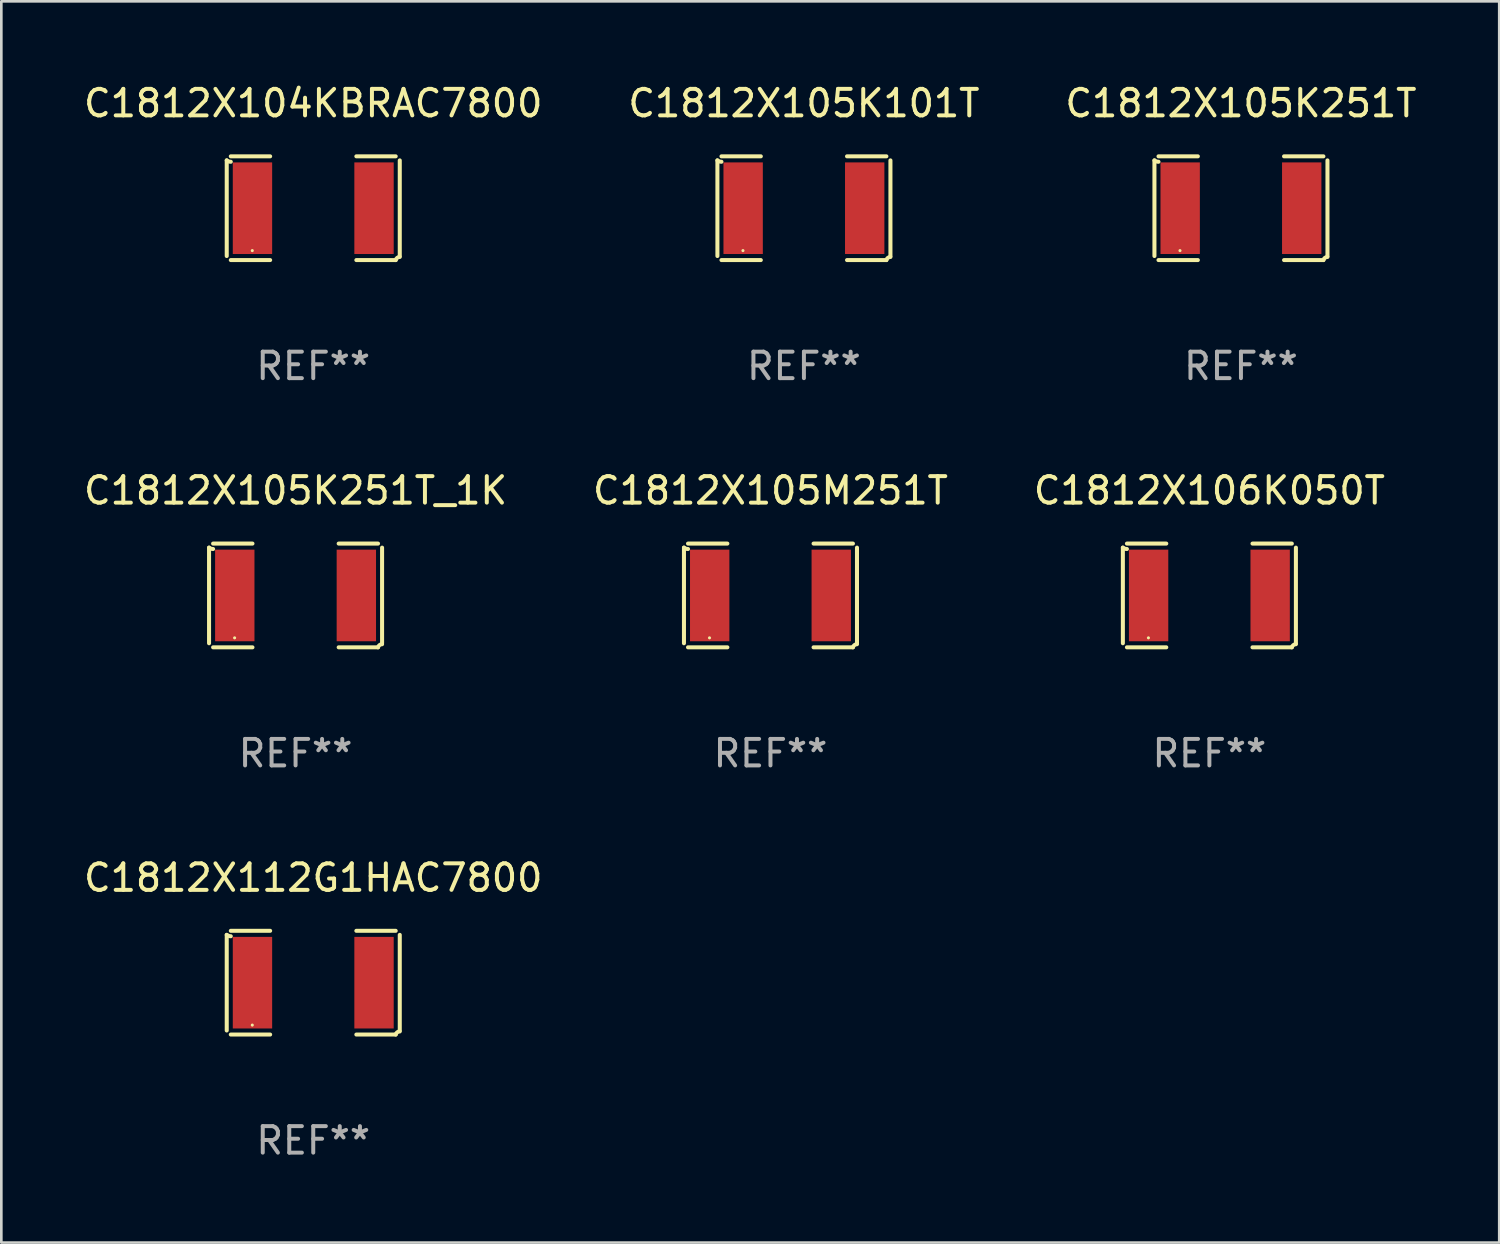
<source format=kicad_pcb>
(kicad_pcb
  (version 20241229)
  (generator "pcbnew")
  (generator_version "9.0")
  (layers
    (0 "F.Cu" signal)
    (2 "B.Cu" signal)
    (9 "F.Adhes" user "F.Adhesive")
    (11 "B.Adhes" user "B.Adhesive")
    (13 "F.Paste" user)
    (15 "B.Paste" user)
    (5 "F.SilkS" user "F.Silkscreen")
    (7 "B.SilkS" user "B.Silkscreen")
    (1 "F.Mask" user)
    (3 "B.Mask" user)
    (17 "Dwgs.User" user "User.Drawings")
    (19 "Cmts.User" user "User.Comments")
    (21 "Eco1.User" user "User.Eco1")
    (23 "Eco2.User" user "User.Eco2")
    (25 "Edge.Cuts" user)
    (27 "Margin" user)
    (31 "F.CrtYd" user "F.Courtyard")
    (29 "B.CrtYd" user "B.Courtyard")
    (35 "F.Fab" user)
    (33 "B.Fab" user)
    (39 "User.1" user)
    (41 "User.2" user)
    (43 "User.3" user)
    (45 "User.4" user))
  (footprint "C1812X112G1HAC7800"
    (layer "F.Cu")
    (at 8.768 34.024)
    (property "Reference" "C1812X112G1HAC7800" (at 0 -3.957 0) (layer "F.SilkS") (effects (font (size 1 1) (thickness 0.15))))
    (attr through_hole)
    (fp_line (start -3.264 1.804) (end -3.264 -1.804) (stroke (width 0.152) (type solid)) (layer "F.SilkS"))
    (fp_line (start -3.111 -1.957) (end -1.626 -1.957) (stroke (width 0.152) (type solid)) (layer "F.SilkS"))
    (fp_line (start -1.626 1.957) (end -3.111 1.957) (stroke (width 0.152) (type solid)) (layer "F.SilkS"))
    (fp_line (start 1.626 1.957) (end 3.111 1.957) (stroke (width 0.152) (type solid)) (layer "F.SilkS"))
    (fp_line (start 3.111 -1.957) (end 1.626 -1.957) (stroke (width 0.152) (type solid)) (layer "F.SilkS"))
    (fp_line (start 3.264 1.804) (end 3.264 -1.804) (stroke (width 0.152) (type solid)) (layer "F.SilkS"))
    (fp_arc (start -3.111202 -1.752192) (mid -3.191715 -1.76555) (end -3.263602 -1.804191) (stroke (width 0.1524) (type solid)) (layer "F.SilkS"))
    (fp_arc (start 3.111201 1.956591) (mid 3.167789 1.872777) (end 3.263602 1.840424) (stroke (width 0.1524) (type solid)) (layer "F.SilkS"))
    (fp_circle (center -2.3 1.6) (end -2.27 1.6) (stroke (width 0.06) (type solid)) (fill no) (layer "F.SilkS"))
    (fp_text user "REF**" (at 0 5.957 0) (layer "F.Fab") (effects (font (size 1 1) (thickness 0.15))))
    (pad "1" smd rect (at -2.293 0) (size 1.485 3.456) (layers "F.Cu" "F.Mask" "F.Paste"))
    (pad "2" smd rect (at 2.293 0) (size 1.485 3.456) (layers "F.Cu" "F.Mask" "F.Paste")))
  (footprint "C1812X104KBRAC7800"
    (layer "F.Cu")
    (at 8.768 4.805)
    (property "Reference" "C1812X104KBRAC7800" (at 0 -3.957 0) (layer "F.SilkS") (effects (font (size 1 1) (thickness 0.15))))
    (attr through_hole)
    (fp_line (start -3.264 1.804) (end -3.264 -1.804) (stroke (width 0.152) (type solid)) (layer "F.SilkS"))
    (fp_line (start -3.111 -1.957) (end -1.626 -1.957) (stroke (width 0.152) (type solid)) (layer "F.SilkS"))
    (fp_line (start -1.626 1.957) (end -3.111 1.957) (stroke (width 0.152) (type solid)) (layer "F.SilkS"))
    (fp_line (start 1.626 1.957) (end 3.111 1.957) (stroke (width 0.152) (type solid)) (layer "F.SilkS"))
    (fp_line (start 3.111 -1.957) (end 1.626 -1.957) (stroke (width 0.152) (type solid)) (layer "F.SilkS"))
    (fp_line (start 3.264 1.804) (end 3.264 -1.804) (stroke (width 0.152) (type solid)) (layer "F.SilkS"))
    (fp_arc (start -3.111202 -1.752192) (mid -3.191715 -1.76555) (end -3.263602 -1.804191) (stroke (width 0.1524) (type solid)) (layer "F.SilkS"))
    (fp_arc (start 3.111201 1.956591) (mid 3.167789 1.872777) (end 3.263602 1.840424) (stroke (width 0.1524) (type solid)) (layer "F.SilkS"))
    (fp_circle (center -2.3 1.6) (end -2.27 1.6) (stroke (width 0.06) (type solid)) (fill no) (layer "F.SilkS"))
    (fp_text user "REF**" (at 0 5.957 0) (layer "F.Fab") (effects (font (size 1 1) (thickness 0.15))))
    (pad "1" smd rect (at -2.293 0) (size 1.485 3.456) (layers "F.Cu" "F.Mask" "F.Paste"))
    (pad "2" smd rect (at 2.293 0) (size 1.485 3.456) (layers "F.Cu" "F.Mask" "F.Paste")))
  (footprint "C1812X106K050T"
    (layer "F.Cu")
    (at 42.577 19.415)
    (property "Reference" "C1812X106K050T" (at 0 -3.957 0) (layer "F.SilkS") (effects (font (size 1 1) (thickness 0.15))))
    (attr through_hole)
    (fp_line (start -3.264 1.804) (end -3.264 -1.804) (stroke (width 0.152) (type solid)) (layer "F.SilkS"))
    (fp_line (start -3.111 -1.957) (end -1.626 -1.957) (stroke (width 0.152) (type solid)) (layer "F.SilkS"))
    (fp_line (start -1.626 1.957) (end -3.111 1.957) (stroke (width 0.152) (type solid)) (layer "F.SilkS"))
    (fp_line (start 1.626 1.957) (end 3.111 1.957) (stroke (width 0.152) (type solid)) (layer "F.SilkS"))
    (fp_line (start 3.111 -1.957) (end 1.626 -1.957) (stroke (width 0.152) (type solid)) (layer "F.SilkS"))
    (fp_line (start 3.264 1.804) (end 3.264 -1.804) (stroke (width 0.152) (type solid)) (layer "F.SilkS"))
    (fp_arc (start -3.111202 -1.752192) (mid -3.191715 -1.76555) (end -3.263602 -1.804191) (stroke (width 0.1524) (type solid)) (layer "F.SilkS"))
    (fp_arc (start 3.111201 1.956591) (mid 3.167789 1.872777) (end 3.263602 1.840424) (stroke (width 0.1524) (type solid)) (layer "F.SilkS"))
    (fp_circle (center -2.3 1.6) (end -2.27 1.6) (stroke (width 0.06) (type solid)) (fill no) (layer "F.SilkS"))
    (fp_text user "REF**" (at 0 5.957 0) (layer "F.Fab") (effects (font (size 1 1) (thickness 0.15))))
    (pad "1" smd rect (at -2.293 0) (size 1.485 3.456) (layers "F.Cu" "F.Mask" "F.Paste"))
    (pad "2" smd rect (at 2.293 0) (size 1.485 3.456) (layers "F.Cu" "F.Mask" "F.Paste")))
  (footprint "C1812X105K251T_1K"
    (layer "F.Cu")
    (at 8.101 19.415)
    (property "Reference" "C1812X105K251T_1K" (at 0 -3.957 0) (layer "F.SilkS") (effects (font (size 1 1) (thickness 0.15))))
    (attr through_hole)
    (fp_line (start -3.264 1.804) (end -3.264 -1.804) (stroke (width 0.152) (type solid)) (layer "F.SilkS"))
    (fp_line (start -3.111 -1.957) (end -1.626 -1.957) (stroke (width 0.152) (type solid)) (layer "F.SilkS"))
    (fp_line (start -1.626 1.957) (end -3.111 1.957) (stroke (width 0.152) (type solid)) (layer "F.SilkS"))
    (fp_line (start 1.626 1.957) (end 3.111 1.957) (stroke (width 0.152) (type solid)) (layer "F.SilkS"))
    (fp_line (start 3.111 -1.957) (end 1.626 -1.957) (stroke (width 0.152) (type solid)) (layer "F.SilkS"))
    (fp_line (start 3.264 1.804) (end 3.264 -1.804) (stroke (width 0.152) (type solid)) (layer "F.SilkS"))
    (fp_arc (start -3.111202 -1.752192) (mid -3.191715 -1.76555) (end -3.263602 -1.804191) (stroke (width 0.1524) (type solid)) (layer "F.SilkS"))
    (fp_arc (start 3.111201 1.956591) (mid 3.167789 1.872777) (end 3.263602 1.840424) (stroke (width 0.1524) (type solid)) (layer "F.SilkS"))
    (fp_circle (center -2.3 1.6) (end -2.27 1.6) (stroke (width 0.06) (type solid)) (fill no) (layer "F.SilkS"))
    (fp_text user "REF**" (at 0 5.957 0) (layer "F.Fab") (effects (font (size 1 1) (thickness 0.15))))
    (pad "1" smd rect (at -2.293 0) (size 1.485 3.456) (layers "F.Cu" "F.Mask" "F.Paste"))
    (pad "2" smd rect (at 2.293 0) (size 1.485 3.456) (layers "F.Cu" "F.Mask" "F.Paste")))
  (footprint "C1812X105M251T"
    (layer "F.Cu")
    (at 26.018 19.415)
    (property "Reference" "C1812X105M251T" (at 0 -3.957 0) (layer "F.SilkS") (effects (font (size 1 1) (thickness 0.15))))
    (attr through_hole)
    (fp_line (start -3.264 1.804) (end -3.264 -1.804) (stroke (width 0.152) (type solid)) (layer "F.SilkS"))
    (fp_line (start -3.111 -1.957) (end -1.626 -1.957) (stroke (width 0.152) (type solid)) (layer "F.SilkS"))
    (fp_line (start -1.626 1.957) (end -3.111 1.957) (stroke (width 0.152) (type solid)) (layer "F.SilkS"))
    (fp_line (start 1.626 1.957) (end 3.111 1.957) (stroke (width 0.152) (type solid)) (layer "F.SilkS"))
    (fp_line (start 3.111 -1.957) (end 1.626 -1.957) (stroke (width 0.152) (type solid)) (layer "F.SilkS"))
    (fp_line (start 3.264 1.804) (end 3.264 -1.804) (stroke (width 0.152) (type solid)) (layer "F.SilkS"))
    (fp_arc (start -3.111202 -1.752192) (mid -3.191715 -1.76555) (end -3.263602 -1.804191) (stroke (width 0.1524) (type solid)) (layer "F.SilkS"))
    (fp_arc (start 3.111201 1.956591) (mid 3.167789 1.872777) (end 3.263602 1.840424) (stroke (width 0.1524) (type solid)) (layer "F.SilkS"))
    (fp_circle (center -2.3 1.6) (end -2.27 1.6) (stroke (width 0.06) (type solid)) (fill no) (layer "F.SilkS"))
    (fp_text user "REF**" (at 0 5.957 0) (layer "F.Fab") (effects (font (size 1 1) (thickness 0.15))))
    (pad "1" smd rect (at -2.293 0) (size 1.485 3.456) (layers "F.Cu" "F.Mask" "F.Paste"))
    (pad "2" smd rect (at 2.293 0) (size 1.485 3.456) (layers "F.Cu" "F.Mask" "F.Paste")))
  (footprint "C1812X105K101T"
    (layer "F.Cu")
    (at 27.28 4.805)
    (property "Reference" "C1812X105K101T" (at 0 -3.957 0) (layer "F.SilkS") (effects (font (size 1 1) (thickness 0.15))))
    (attr through_hole)
    (fp_line (start -3.264 1.804) (end -3.264 -1.804) (stroke (width 0.152) (type solid)) (layer "F.SilkS"))
    (fp_line (start -3.111 -1.957) (end -1.626 -1.957) (stroke (width 0.152) (type solid)) (layer "F.SilkS"))
    (fp_line (start -1.626 1.957) (end -3.111 1.957) (stroke (width 0.152) (type solid)) (layer "F.SilkS"))
    (fp_line (start 1.626 1.957) (end 3.111 1.957) (stroke (width 0.152) (type solid)) (layer "F.SilkS"))
    (fp_line (start 3.111 -1.957) (end 1.626 -1.957) (stroke (width 0.152) (type solid)) (layer "F.SilkS"))
    (fp_line (start 3.264 1.804) (end 3.264 -1.804) (stroke (width 0.152) (type solid)) (layer "F.SilkS"))
    (fp_arc (start -3.111202 -1.752192) (mid -3.191715 -1.76555) (end -3.263602 -1.804191) (stroke (width 0.1524) (type solid)) (layer "F.SilkS"))
    (fp_arc (start 3.111201 1.956591) (mid 3.167789 1.872777) (end 3.263602 1.840424) (stroke (width 0.1524) (type solid)) (layer "F.SilkS"))
    (fp_circle (center -2.3 1.6) (end -2.27 1.6) (stroke (width 0.06) (type solid)) (fill no) (layer "F.SilkS"))
    (fp_text user "REF**" (at 0 5.957 0) (layer "F.Fab") (effects (font (size 1 1) (thickness 0.15))))
    (pad "1" smd rect (at -2.293 0) (size 1.485 3.456) (layers "F.Cu" "F.Mask" "F.Paste"))
    (pad "2" smd rect (at 2.293 0) (size 1.485 3.456) (layers "F.Cu" "F.Mask" "F.Paste")))
  (footprint "C1812X105K251T"
    (layer "F.Cu")
    (at 43.768 4.805)
    (property "Reference" "C1812X105K251T" (at 0 -3.957 0) (layer "F.SilkS") (effects (font (size 1 1) (thickness 0.15))))
    (attr through_hole)
    (fp_line (start -3.264 1.804) (end -3.264 -1.804) (stroke (width 0.152) (type solid)) (layer "F.SilkS"))
    (fp_line (start -3.111 -1.957) (end -1.626 -1.957) (stroke (width 0.152) (type solid)) (layer "F.SilkS"))
    (fp_line (start -1.626 1.957) (end -3.111 1.957) (stroke (width 0.152) (type solid)) (layer "F.SilkS"))
    (fp_line (start 1.626 1.957) (end 3.111 1.957) (stroke (width 0.152) (type solid)) (layer "F.SilkS"))
    (fp_line (start 3.111 -1.957) (end 1.626 -1.957) (stroke (width 0.152) (type solid)) (layer "F.SilkS"))
    (fp_line (start 3.264 1.804) (end 3.264 -1.804) (stroke (width 0.152) (type solid)) (layer "F.SilkS"))
    (fp_arc (start -3.111202 -1.752192) (mid -3.191715 -1.76555) (end -3.263602 -1.804191) (stroke (width 0.1524) (type solid)) (layer "F.SilkS"))
    (fp_arc (start 3.111201 1.956591) (mid 3.167789 1.872777) (end 3.263602 1.840424) (stroke (width 0.1524) (type solid)) (layer "F.SilkS"))
    (fp_circle (center -2.3 1.6) (end -2.27 1.6) (stroke (width 0.06) (type solid)) (fill no) (layer "F.SilkS"))
    (fp_text user "REF**" (at 0 5.957 0) (layer "F.Fab") (effects (font (size 1 1) (thickness 0.15))))
    (pad "1" smd rect (at -2.293 0) (size 1.485 3.456) (layers "F.Cu" "F.Mask" "F.Paste"))
    (pad "2" smd rect (at 2.293 0) (size 1.485 3.456) (layers "F.Cu" "F.Mask" "F.Paste")))
  (gr_rect
    (start -3 -3)
    (end 53.512 43.829)
    (stroke (width 0.1) (type default))
    (fill no)
    (layer "Edge.Cuts")))
</source>
